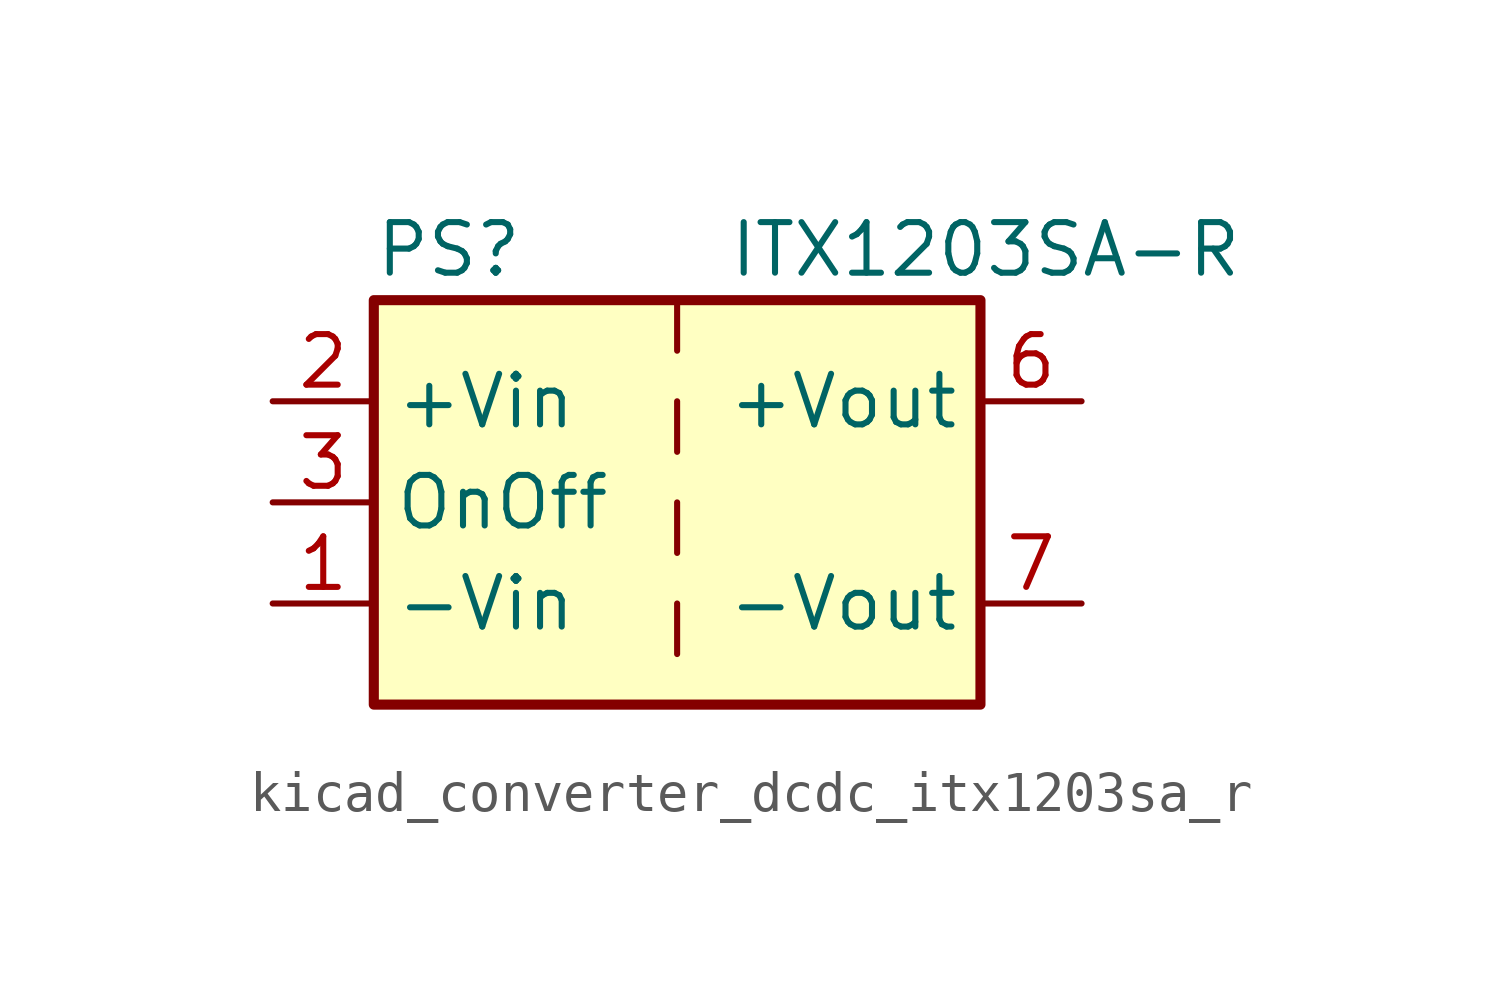
<source format=kicad_sym>
(kicad_symbol_lib
  (version 20220914)
  (generator kicad_symbol_editor)
  (symbol "kicad_converter_dcdc_itx1203sa_r"
    (property "Reference" "PS"
      (at -7.62 6.35 0)
      (effects (font (size 1.27 1.27)) (justify left)))
    (property "Value" "ITX1203SA-R"
      (at 1.27 6.35 0)
      (effects (font (size 1.27 1.27)) (justify left)))
    (symbol "kicad_converter_dcdc_itx1203sa_r_0_0"
      (pin power_in line (at -10.16 -2.54 0) (length 2.54) (name "-Vin" (effects (font (size 1.27 1.27)))) (number "1" (effects (font (size 1.27 1.27)))))
      (pin power_in line (at -10.16 2.54 0) (length 2.54) (name "+Vin" (effects (font (size 1.27 1.27)))) (number "2" (effects (font (size 1.27 1.27)))))
      (pin input line (at -10.16 0 0) (length 2.54) (name "OnOff" (effects (font (size 1.27 1.27)))) (number "3" (effects (font (size 1.27 1.27)))))
      (pin no_connect line (at 0 5.08 270) (length 2.54) hide (name "NC" (effects (font (size 1.27 1.27)))) (number "5" (effects (font (size 1.27 1.27)))))
      (pin power_out line (at 10.16 2.54 180) (length 2.54) (name "+Vout" (effects (font (size 1.27 1.27)))) (number "6" (effects (font (size 1.27 1.27)))))
      (pin power_out line (at 10.16 -2.54 180) (length 2.54) (name "-Vout" (effects (font (size 1.27 1.27)))) (number "7" (effects (font (size 1.27 1.27)))))
      (pin no_connect line (at 7.62 0 180) (length 2.54) hide (name "NC" (effects (font (size 1.27 1.27)))) (number "8" (effects (font (size 1.27 1.27))))))
    (symbol "kicad_converter_dcdc_itx1203sa_r_0_1"
      (rectangle (start -7.62 5.08) (end 7.62 -5.08) (stroke (width 0.254) (type default)) (fill (type background)))
      (polyline (pts (xy 0 -2.54) (xy 0 -3.81)) (stroke (width 0) (type default)) (fill (type none)))
      (polyline (pts (xy 0 0) (xy 0 -1.27)) (stroke (width 0) (type default)) (fill (type none)))
      (polyline (pts (xy 0 2.54) (xy 0 1.27)) (stroke (width 0) (type default)) (fill (type none)))
      (polyline (pts (xy 0 5.08) (xy 0 3.81)) (stroke (width 0) (type default)) (fill (type none))))))
</source>
